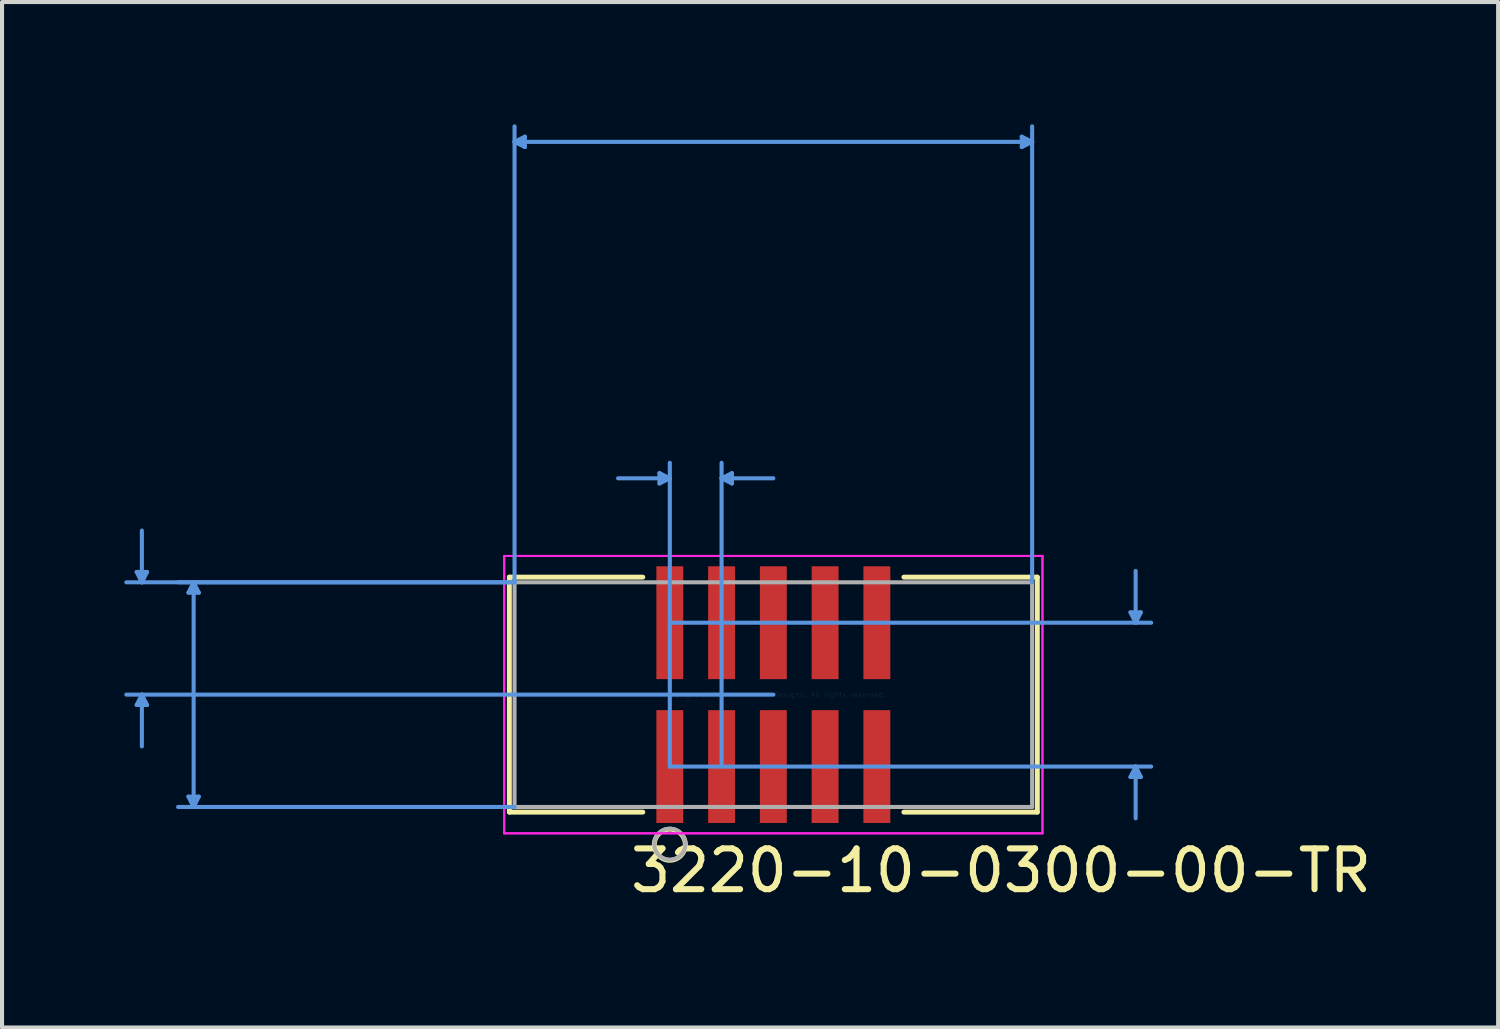
<source format=kicad_pcb>
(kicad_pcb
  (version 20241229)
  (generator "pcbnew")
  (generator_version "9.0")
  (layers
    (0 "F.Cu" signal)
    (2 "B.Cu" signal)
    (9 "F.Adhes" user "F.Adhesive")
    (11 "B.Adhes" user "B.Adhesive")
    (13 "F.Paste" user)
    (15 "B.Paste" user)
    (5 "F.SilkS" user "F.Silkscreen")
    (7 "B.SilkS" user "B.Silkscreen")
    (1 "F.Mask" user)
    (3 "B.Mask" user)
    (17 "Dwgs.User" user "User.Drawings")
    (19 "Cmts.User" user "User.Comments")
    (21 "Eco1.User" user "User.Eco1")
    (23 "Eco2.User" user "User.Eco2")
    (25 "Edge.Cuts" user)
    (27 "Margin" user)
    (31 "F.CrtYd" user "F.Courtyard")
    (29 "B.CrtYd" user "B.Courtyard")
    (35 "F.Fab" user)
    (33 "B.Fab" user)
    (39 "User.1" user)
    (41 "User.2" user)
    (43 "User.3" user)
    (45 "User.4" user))
  (footprint "3220-10-0300-00-TR"
    (layer "F.Cu")
    (at 15.925 13.994)
    (property "Reference" "3220-10-0300-00-TR" (at 5.588 4.318 0) (layer "F.SilkS") (effects (font (size 1 1) (thickness 0.15))))
    (attr through_hole)
    (fp_line (start -6.477 -2.883) (end -6.477 2.883) (stroke (width 0.12) (type solid)) (layer "F.SilkS"))
    (fp_line (start -6.477 2.883) (end -3.203 2.883) (stroke (width 0.12) (type solid)) (layer "F.SilkS"))
    (fp_line (start -3.203 -2.883) (end -6.477 -2.883) (stroke (width 0.12) (type solid)) (layer "F.SilkS"))
    (fp_line (start 3.203 2.883) (end 6.477 2.883) (stroke (width 0.12) (type solid)) (layer "F.SilkS"))
    (fp_line (start 6.477 -2.883) (end 3.203 -2.883) (stroke (width 0.12) (type solid)) (layer "F.SilkS"))
    (fp_line (start 6.477 2.883) (end 6.477 -2.883) (stroke (width 0.12) (type solid)) (layer "F.SilkS"))
    (fp_circle (center -2.54 3.683) (end -2.159 3.683) (stroke (width 0.12) (type solid)) (fill no) (layer "F.SilkS"))
    (fp_line (start -15.621 -3.01) (end -15.367 -3.01) (stroke (width 0.1) (type solid)) (layer "Cmts.User"))
    (fp_line (start -15.621 0.254) (end -15.367 0.254) (stroke (width 0.1) (type solid)) (layer "Cmts.User"))
    (fp_line (start -15.494 -2.756) (end -15.621 -3.01) (stroke (width 0.1) (type solid)) (layer "Cmts.User"))
    (fp_line (start -15.494 -2.756) (end -15.494 -4.026) (stroke (width 0.1) (type solid)) (layer "Cmts.User"))
    (fp_line (start -15.494 -2.756) (end -15.367 -3.01) (stroke (width 0.1) (type solid)) (layer "Cmts.User"))
    (fp_line (start -15.494 0) (end -15.621 0.254) (stroke (width 0.1) (type solid)) (layer "Cmts.User"))
    (fp_line (start -15.494 0) (end -15.494 1.27) (stroke (width 0.1) (type solid)) (layer "Cmts.User"))
    (fp_line (start -15.494 0) (end -15.367 0.254) (stroke (width 0.1) (type solid)) (layer "Cmts.User"))
    (fp_line (start -14.351 -2.502) (end -14.097 -2.502) (stroke (width 0.1) (type solid)) (layer "Cmts.User"))
    (fp_line (start -14.351 2.502) (end -14.097 2.502) (stroke (width 0.1) (type solid)) (layer "Cmts.User"))
    (fp_line (start -14.224 -2.756) (end -14.351 -2.502) (stroke (width 0.1) (type solid)) (layer "Cmts.User"))
    (fp_line (start -14.224 -2.756) (end -14.224 2.756) (stroke (width 0.1) (type solid)) (layer "Cmts.User"))
    (fp_line (start -14.224 -2.756) (end -14.097 -2.502) (stroke (width 0.1) (type solid)) (layer "Cmts.User"))
    (fp_line (start -14.224 2.756) (end -14.351 2.502) (stroke (width 0.1) (type solid)) (layer "Cmts.User"))
    (fp_line (start -14.224 2.756) (end -14.097 2.502) (stroke (width 0.1) (type solid)) (layer "Cmts.User"))
    (fp_line (start -6.35 -13.563) (end -6.096 -13.69) (stroke (width 0.1) (type solid)) (layer "Cmts.User"))
    (fp_line (start -6.35 -13.563) (end -6.096 -13.436) (stroke (width 0.1) (type solid)) (layer "Cmts.User"))
    (fp_line (start -6.35 -13.563) (end 6.35 -13.563) (stroke (width 0.1) (type solid)) (layer "Cmts.User"))
    (fp_line (start -6.35 -2.756) (end -15.875 -2.756) (stroke (width 0.1) (type solid)) (layer "Cmts.User"))
    (fp_line (start -6.35 -2.756) (end -14.605 -2.756) (stroke (width 0.1) (type solid)) (layer "Cmts.User"))
    (fp_line (start -6.35 -2.756) (end -6.35 -13.944) (stroke (width 0.1) (type solid)) (layer "Cmts.User"))
    (fp_line (start -6.35 2.756) (end -14.605 2.756) (stroke (width 0.1) (type solid)) (layer "Cmts.User"))
    (fp_line (start -6.096 -13.69) (end -6.096 -13.436) (stroke (width 0.1) (type solid)) (layer "Cmts.User"))
    (fp_line (start -2.794 -5.435) (end -2.794 -5.181) (stroke (width 0.1) (type solid)) (layer "Cmts.User"))
    (fp_line (start -2.54 -5.308) (end -3.81 -5.308) (stroke (width 0.1) (type solid)) (layer "Cmts.User"))
    (fp_line (start -2.54 -5.308) (end -2.794 -5.435) (stroke (width 0.1) (type solid)) (layer "Cmts.User"))
    (fp_line (start -2.54 -5.308) (end -2.794 -5.181) (stroke (width 0.1) (type solid)) (layer "Cmts.User"))
    (fp_line (start -2.54 -1.765) (end 9.271 -1.765) (stroke (width 0.1) (type solid)) (layer "Cmts.User"))
    (fp_line (start -2.54 1.765) (end -2.54 -5.689) (stroke (width 0.1) (type solid)) (layer "Cmts.User"))
    (fp_line (start -2.54 1.765) (end 9.271 1.765) (stroke (width 0.1) (type solid)) (layer "Cmts.User"))
    (fp_line (start -1.27 -5.308) (end -1.016 -5.435) (stroke (width 0.1) (type solid)) (layer "Cmts.User"))
    (fp_line (start -1.27 -5.308) (end -1.016 -5.181) (stroke (width 0.1) (type solid)) (layer "Cmts.User"))
    (fp_line (start -1.27 -5.308) (end 0 -5.308) (stroke (width 0.1) (type solid)) (layer "Cmts.User"))
    (fp_line (start -1.27 1.765) (end -1.27 -5.689) (stroke (width 0.1) (type solid)) (layer "Cmts.User"))
    (fp_line (start -1.016 -5.435) (end -1.016 -5.181) (stroke (width 0.1) (type solid)) (layer "Cmts.User"))
    (fp_line (start 0 0) (end -15.875 0) (stroke (width 0.1) (type solid)) (layer "Cmts.User"))
    (fp_line (start 6.096 -13.69) (end 6.096 -13.436) (stroke (width 0.1) (type solid)) (layer "Cmts.User"))
    (fp_line (start 6.35 -13.563) (end 6.096 -13.69) (stroke (width 0.1) (type solid)) (layer "Cmts.User"))
    (fp_line (start 6.35 -13.563) (end 6.096 -13.436) (stroke (width 0.1) (type solid)) (layer "Cmts.User"))
    (fp_line (start 6.35 -2.756) (end 6.35 -13.944) (stroke (width 0.1) (type solid)) (layer "Cmts.User"))
    (fp_line (start 8.763 -2.019) (end 9.017 -2.019) (stroke (width 0.1) (type solid)) (layer "Cmts.User"))
    (fp_line (start 8.763 2.019) (end 9.017 2.019) (stroke (width 0.1) (type solid)) (layer "Cmts.User"))
    (fp_line (start 8.89 -1.765) (end 8.763 -2.019) (stroke (width 0.1) (type solid)) (layer "Cmts.User"))
    (fp_line (start 8.89 -1.765) (end 8.89 -3.035) (stroke (width 0.1) (type solid)) (layer "Cmts.User"))
    (fp_line (start 8.89 -1.765) (end 9.017 -2.019) (stroke (width 0.1) (type solid)) (layer "Cmts.User"))
    (fp_line (start 8.89 1.765) (end 8.763 2.019) (stroke (width 0.1) (type solid)) (layer "Cmts.User"))
    (fp_line (start 8.89 1.765) (end 8.89 3.035) (stroke (width 0.1) (type solid)) (layer "Cmts.User"))
    (fp_line (start 8.89 1.765) (end 9.017 2.019) (stroke (width 0.1) (type solid)) (layer "Cmts.User"))
    (fp_line (start -6.604 -3.403) (end -6.604 3.403) (stroke (width 0.05) (type solid)) (layer "F.CrtYd"))
    (fp_line (start -6.604 -3.403) (end -6.604 3.403) (stroke (width 0.05) (type solid)) (layer "F.CrtYd"))
    (fp_line (start -6.604 3.403) (end 6.604 3.403) (stroke (width 0.05) (type solid)) (layer "F.CrtYd"))
    (fp_line (start -6.604 3.403) (end 6.604 3.403) (stroke (width 0.05) (type solid)) (layer "F.CrtYd"))
    (fp_line (start 6.604 -3.403) (end -6.604 -3.403) (stroke (width 0.05) (type solid)) (layer "F.CrtYd"))
    (fp_line (start 6.604 -3.403) (end -6.604 -3.403) (stroke (width 0.05) (type solid)) (layer "F.CrtYd"))
    (fp_line (start 6.604 3.403) (end 6.604 -3.403) (stroke (width 0.05) (type solid)) (layer "F.CrtYd"))
    (fp_line (start 6.604 3.403) (end 6.604 -3.403) (stroke (width 0.05) (type solid)) (layer "F.CrtYd"))
    (fp_line (start -6.35 -2.756) (end -6.35 2.756) (stroke (width 0.1) (type solid)) (layer "F.Fab"))
    (fp_line (start -6.35 2.756) (end 6.35 2.756) (stroke (width 0.1) (type solid)) (layer "F.Fab"))
    (fp_line (start 6.35 -2.756) (end -6.35 -2.756) (stroke (width 0.1) (type solid)) (layer "F.Fab"))
    (fp_line (start 6.35 2.756) (end 6.35 -2.756) (stroke (width 0.1) (type solid)) (layer "F.Fab"))
    (fp_circle (center -2.54 3.67) (end -2.159 3.67) (stroke (width 0.1) (type solid)) (fill no) (layer "F.Fab"))
    (fp_text user "Copyright 2021 Accelerated Designs. All rights reserved." (at 0 0 0) (layer "Cmts.User") (effects (font (size 0.127 0.127) (thickness 0.002))))
    (pad "1" smd rect (at -2.54 1.765) (size 0.66 2.769) (layers "F.Cu" "F.Mask" "F.Paste"))
    (pad "2" smd rect (at -2.54 -1.765) (size 0.66 2.769) (layers "F.Cu" "F.Mask" "F.Paste"))
    (pad "3" smd rect (at -1.27 1.765) (size 0.66 2.769) (layers "F.Cu" "F.Mask" "F.Paste"))
    (pad "4" smd rect (at -1.27 -1.765) (size 0.66 2.769) (layers "F.Cu" "F.Mask" "F.Paste"))
    (pad "5" smd rect (at 0 1.765) (size 0.66 2.769) (layers "F.Cu" "F.Mask" "F.Paste"))
    (pad "6" smd rect (at 0 -1.765) (size 0.66 2.769) (layers "F.Cu" "F.Mask" "F.Paste"))
    (pad "7" smd rect (at 1.27 1.765) (size 0.66 2.769) (layers "F.Cu" "F.Mask" "F.Paste"))
    (pad "8" smd rect (at 1.27 -1.765) (size 0.66 2.769) (layers "F.Cu" "F.Mask" "F.Paste"))
    (pad "9" smd rect (at 2.54 1.765) (size 0.66 2.769) (layers "F.Cu" "F.Mask" "F.Paste"))
    (pad "10" smd rect (at 2.54 -1.765) (size 0.66 2.769) (layers "F.Cu" "F.Mask" "F.Paste")))
  (gr_rect
    (start -3 -3)
    (end 33.709 22.161)
    (stroke (width 0.1) (type default))
    (fill no)
    (layer "Edge.Cuts")))
</source>
